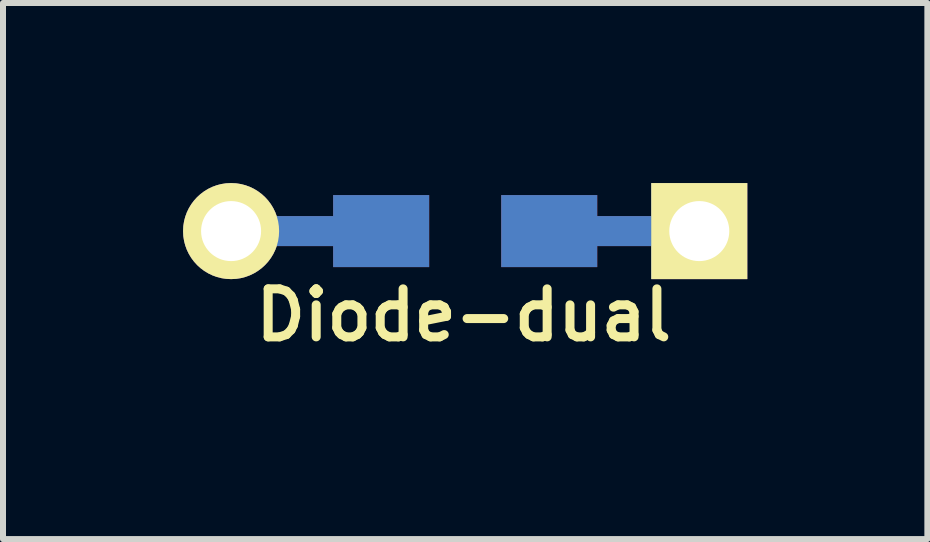
<source format=kicad_pcb>
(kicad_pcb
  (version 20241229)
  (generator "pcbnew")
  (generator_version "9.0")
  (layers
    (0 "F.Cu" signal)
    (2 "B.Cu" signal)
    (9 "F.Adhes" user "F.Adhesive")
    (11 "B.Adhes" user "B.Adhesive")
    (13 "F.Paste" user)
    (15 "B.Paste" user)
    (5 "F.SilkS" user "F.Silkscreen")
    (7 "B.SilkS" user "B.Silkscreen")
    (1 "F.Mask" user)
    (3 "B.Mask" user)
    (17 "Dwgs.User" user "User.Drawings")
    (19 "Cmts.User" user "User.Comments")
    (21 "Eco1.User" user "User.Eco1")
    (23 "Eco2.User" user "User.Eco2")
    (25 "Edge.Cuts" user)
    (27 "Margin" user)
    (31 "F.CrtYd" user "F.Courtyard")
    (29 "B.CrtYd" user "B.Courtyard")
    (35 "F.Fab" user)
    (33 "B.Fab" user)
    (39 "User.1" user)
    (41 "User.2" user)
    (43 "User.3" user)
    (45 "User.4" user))
  (footprint "Diode-dual"
    (layer "F.Cu")
    (at 4.7 0.8)
    (property "Reference" "Diode-dual" (at -0.025 1.4 0) (layer "F.SilkS") (effects (font (size 0.8 0.8) (thickness 0.15))))
    (attr smd)
    (pad "1" smd rect (at 1.4 0) (size 1.6 1.2) (layers "F.Cu" "F.Mask" "F.Paste"))
    (pad "1" smd rect (at 1.4 0) (size 1.6 1.2) (layers "B.Cu" "B.Mask" "B.Paste"))
    (pad "1" smd rect (at 2.5 0) (size 2.9 0.5) (layers "F.Cu"))
    (pad "1" smd rect (at 2.5 0) (size 2.9 0.5) (layers "B.Cu"))
    (pad "1" thru_hole rect (at 3.9 0) (size 1.6 1.6) (drill 1) (layers "*.Cu" "*.Mask" "F.SilkS"))
    (pad "2" thru_hole circle (at -3.9 0) (size 1.6 1.6) (drill 1) (layers "*.Cu" "*.Mask" "F.SilkS"))
    (pad "2" smd rect (at -2.5 0) (size 2.9 0.5) (layers "F.Cu"))
    (pad "2" smd rect (at -2.5 0) (size 2.9 0.5) (layers "B.Cu"))
    (pad "2" smd rect (at -1.4 0) (size 1.6 1.2) (layers "F.Cu" "F.Mask" "F.Paste"))
    (pad "2" smd rect (at -1.4 0) (size 1.6 1.2) (layers "B.Cu" "B.Mask" "B.Paste")))
  (gr_rect
    (start -3 -3)
    (end 12.4 5.931)
    (stroke (width 0.1) (type default))
    (fill no)
    (layer "Edge.Cuts")))
</source>
